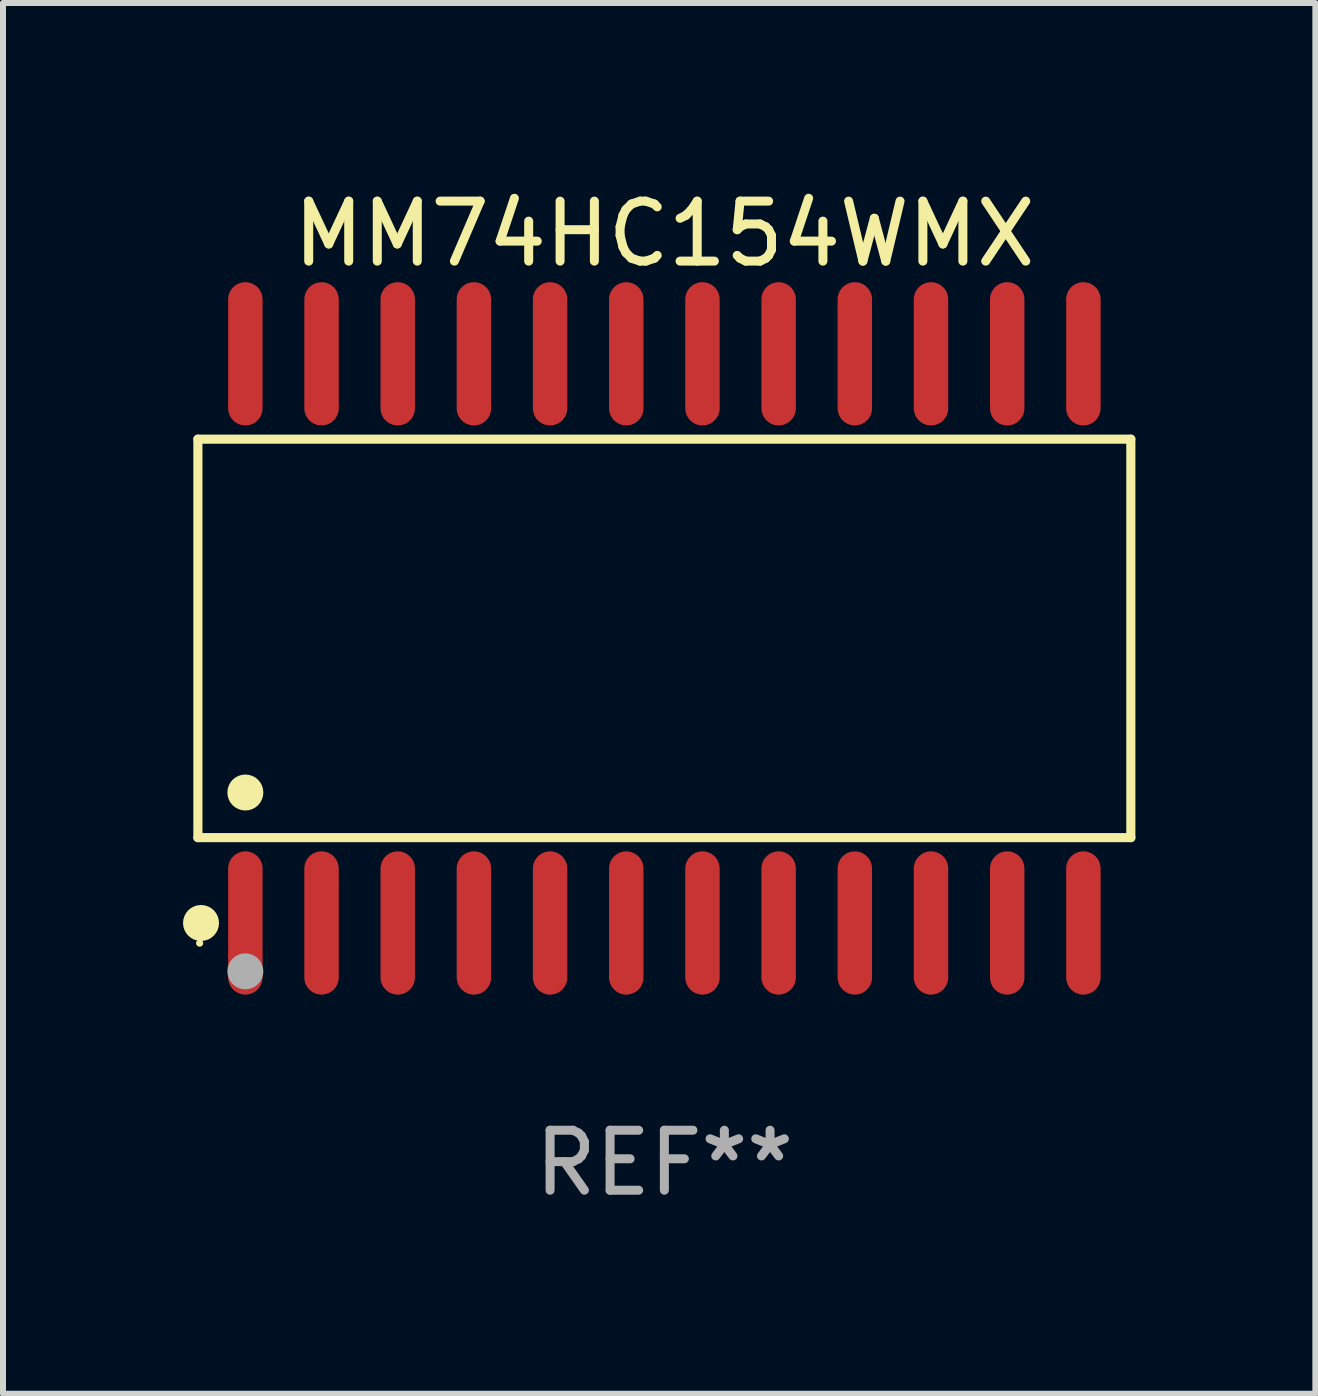
<source format=kicad_pcb>
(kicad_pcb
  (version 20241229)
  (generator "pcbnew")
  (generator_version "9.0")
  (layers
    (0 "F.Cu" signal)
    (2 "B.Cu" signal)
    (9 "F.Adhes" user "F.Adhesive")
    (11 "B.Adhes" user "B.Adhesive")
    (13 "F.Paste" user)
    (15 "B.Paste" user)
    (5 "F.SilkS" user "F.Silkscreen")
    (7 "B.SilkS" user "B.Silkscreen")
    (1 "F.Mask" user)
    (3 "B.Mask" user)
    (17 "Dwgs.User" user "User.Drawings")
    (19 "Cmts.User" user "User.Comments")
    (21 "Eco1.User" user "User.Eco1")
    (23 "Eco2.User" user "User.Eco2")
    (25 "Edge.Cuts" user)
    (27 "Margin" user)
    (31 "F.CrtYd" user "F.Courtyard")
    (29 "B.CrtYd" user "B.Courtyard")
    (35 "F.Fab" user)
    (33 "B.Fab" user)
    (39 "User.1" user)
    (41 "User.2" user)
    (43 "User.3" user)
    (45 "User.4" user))
  (footprint "MM74HC154WMX"
    (layer "F.Cu")
    (at 8.025 7.592)
    (property "Reference" "MM74HC154WMX" (at 0 -6.744 0) (layer "F.SilkS") (effects (font (size 1 1) (thickness 0.15))))
    (attr through_hole)
    (fp_line (start -7.776 -3.321) (end 7.776 -3.321) (stroke (width 0.152) (type solid)) (layer "F.SilkS"))
    (fp_line (start -7.776 3.321) (end -7.776 -3.321) (stroke (width 0.152) (type solid)) (layer "F.SilkS"))
    (fp_line (start 7.776 -3.321) (end 7.776 3.321) (stroke (width 0.152) (type solid)) (layer "F.SilkS"))
    (fp_line (start 7.776 3.321) (end -7.776 3.321) (stroke (width 0.152) (type solid)) (layer "F.SilkS"))
    (fp_circle (center -7.747 5.08) (end -7.717 5.08) (stroke (width 0.06) (type solid)) (fill no) (layer "F.SilkS"))
    (fp_circle (center -7.724 4.744) (end -7.574 4.744) (stroke (width 0.3) (type solid)) (fill no) (layer "F.SilkS"))
    (fp_circle (center -6.985 2.569) (end -6.835 2.569) (stroke (width 0.3) (type solid)) (fill no) (layer "F.SilkS"))
    (fp_circle (center -6.985 5.55) (end -6.835 5.55) (stroke (width 0.3) (type solid)) (fill no) (layer "F.Fab"))
    (fp_text user "REF**" (at 0 8.744 0) (layer "F.Fab") (effects (font (size 1 1) (thickness 0.15))))
    (pad "1" smd oval (at -6.985 4.744) (size 0.574 2.388) (layers "F.Cu" "F.Mask" "F.Paste"))
    (pad "2" smd oval (at -5.715 4.744) (size 0.574 2.388) (layers "F.Cu" "F.Mask" "F.Paste"))
    (pad "3" smd oval (at -4.445 4.744) (size 0.574 2.388) (layers "F.Cu" "F.Mask" "F.Paste"))
    (pad "4" smd oval (at -3.175 4.744) (size 0.574 2.388) (layers "F.Cu" "F.Mask" "F.Paste"))
    (pad "5" smd oval (at -1.905 4.744) (size 0.574 2.388) (layers "F.Cu" "F.Mask" "F.Paste"))
    (pad "6" smd oval (at -0.635 4.744) (size 0.574 2.388) (layers "F.Cu" "F.Mask" "F.Paste"))
    (pad "7" smd oval (at 0.635 4.744) (size 0.574 2.388) (layers "F.Cu" "F.Mask" "F.Paste"))
    (pad "8" smd oval (at 1.905 4.744) (size 0.574 2.388) (layers "F.Cu" "F.Mask" "F.Paste"))
    (pad "9" smd oval (at 3.175 4.744) (size 0.574 2.388) (layers "F.Cu" "F.Mask" "F.Paste"))
    (pad "10" smd oval (at 4.445 4.744) (size 0.574 2.388) (layers "F.Cu" "F.Mask" "F.Paste"))
    (pad "11" smd oval (at 5.715 4.744) (size 0.574 2.388) (layers "F.Cu" "F.Mask" "F.Paste"))
    (pad "12" smd oval (at 6.985 4.744) (size 0.574 2.388) (layers "F.Cu" "F.Mask" "F.Paste"))
    (pad "13" smd oval (at 6.985 -4.744) (size 0.574 2.388) (layers "F.Cu" "F.Mask" "F.Paste"))
    (pad "14" smd oval (at 5.715 -4.744) (size 0.574 2.388) (layers "F.Cu" "F.Mask" "F.Paste"))
    (pad "15" smd oval (at 4.445 -4.744) (size 0.574 2.388) (layers "F.Cu" "F.Mask" "F.Paste"))
    (pad "16" smd oval (at 3.175 -4.744) (size 0.574 2.388) (layers "F.Cu" "F.Mask" "F.Paste"))
    (pad "17" smd oval (at 1.905 -4.744) (size 0.574 2.388) (layers "F.Cu" "F.Mask" "F.Paste"))
    (pad "18" smd oval (at 0.635 -4.744) (size 0.574 2.388) (layers "F.Cu" "F.Mask" "F.Paste"))
    (pad "19" smd oval (at -0.635 -4.744) (size 0.574 2.388) (layers "F.Cu" "F.Mask" "F.Paste"))
    (pad "20" smd oval (at -1.905 -4.744) (size 0.574 2.388) (layers "F.Cu" "F.Mask" "F.Paste"))
    (pad "21" smd oval (at -3.175 -4.744) (size 0.574 2.388) (layers "F.Cu" "F.Mask" "F.Paste"))
    (pad "22" smd oval (at -4.445 -4.744) (size 0.574 2.388) (layers "F.Cu" "F.Mask" "F.Paste"))
    (pad "23" smd oval (at -5.715 -4.744) (size 0.574 2.388) (layers "F.Cu" "F.Mask" "F.Paste"))
    (pad "24" smd oval (at -6.985 -4.744) (size 0.574 2.388) (layers "F.Cu" "F.Mask" "F.Paste")))
  (gr_rect
    (start -3 -3)
    (end 18.877 20.184)
    (stroke (width 0.1) (type default))
    (fill no)
    (layer "Edge.Cuts")))
</source>
